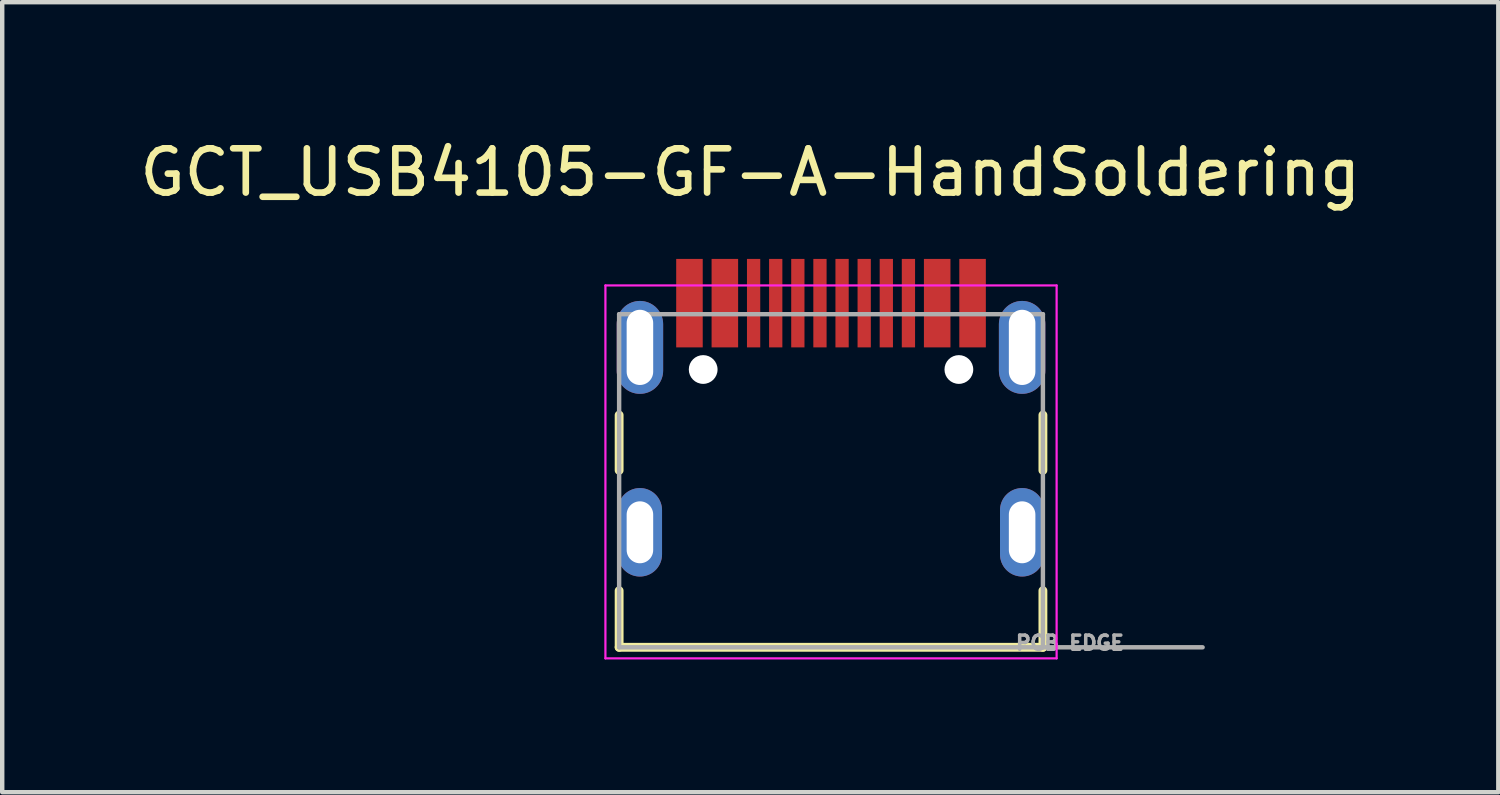
<source format=kicad_pcb>
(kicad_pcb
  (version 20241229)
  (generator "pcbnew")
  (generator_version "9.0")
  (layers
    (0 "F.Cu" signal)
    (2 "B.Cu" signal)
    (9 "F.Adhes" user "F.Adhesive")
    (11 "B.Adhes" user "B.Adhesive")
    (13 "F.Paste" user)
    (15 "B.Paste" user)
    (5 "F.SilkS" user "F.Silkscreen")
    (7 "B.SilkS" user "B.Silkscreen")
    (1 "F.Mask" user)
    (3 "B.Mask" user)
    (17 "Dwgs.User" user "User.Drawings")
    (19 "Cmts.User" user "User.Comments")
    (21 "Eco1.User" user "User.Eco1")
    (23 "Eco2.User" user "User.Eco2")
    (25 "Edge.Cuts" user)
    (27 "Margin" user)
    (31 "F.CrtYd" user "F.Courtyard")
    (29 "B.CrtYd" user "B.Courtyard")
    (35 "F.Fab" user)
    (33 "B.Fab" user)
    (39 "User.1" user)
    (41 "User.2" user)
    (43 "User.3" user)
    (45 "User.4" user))
  (footprint "GCT_USB4105-GF-A-HandSoldering"
    (layer "F.Cu")
    (at 15.736 8.983)
    (property "Reference" "GCT_USB4105-GF-A-HandSoldering" (at -1.825 -8.135 0) (layer "F.SilkS") (effects (font (size 1 1) (thickness 0.15))))
    (attr through_hole)
    (fp_line (start -4.79 -2.65) (end -4.79 -1.4) (stroke (width 0.2) (type solid)) (layer "F.SilkS"))
    (fp_line (start -4.79 1.32) (end -4.79 2.6) (stroke (width 0.2) (type solid)) (layer "F.SilkS"))
    (fp_line (start -4.79 2.6) (end 4.79 2.6) (stroke (width 0.2) (type solid)) (layer "F.SilkS"))
    (fp_line (start 4.79 -2.65) (end 4.79 -1.4) (stroke (width 0.2) (type solid)) (layer "F.SilkS"))
    (fp_line (start 4.79 2.6) (end 4.79 1.32) (stroke (width 0.2) (type solid)) (layer "F.SilkS"))
    (fp_line (start -5.1 -5.58) (end -5.1 2.85) (stroke (width 0.05) (type solid)) (layer "F.CrtYd"))
    (fp_line (start -5.1 2.85) (end 5.1 2.85) (stroke (width 0.05) (type solid)) (layer "F.CrtYd"))
    (fp_line (start 5.1 -5.58) (end -5.1 -5.58) (stroke (width 0.05) (type solid)) (layer "F.CrtYd"))
    (fp_line (start 5.1 2.85) (end 5.1 -5.58) (stroke (width 0.05) (type solid)) (layer "F.CrtYd"))
    (fp_line (start -4.79 -4.93) (end 4.79 -4.93) (stroke (width 0.1) (type solid)) (layer "F.Fab"))
    (fp_line (start -4.79 2.6) (end -4.79 -4.93) (stroke (width 0.1) (type solid)) (layer "F.Fab"))
    (fp_line (start 4.79 -4.93) (end 4.79 2.6) (stroke (width 0.1) (type solid)) (layer "F.Fab"))
    (fp_line (start 4.79 2.6) (end -4.79 2.6) (stroke (width 0.1) (type solid)) (layer "F.Fab"))
    (fp_line (start 4.8 2.6) (end 8.4 2.6) (stroke (width 0.1) (type solid)) (layer "F.Fab"))
    (fp_text user "PCB EDGE" (at 5.4 2.5 0) (layer "F.Fab") (effects (font (size 0.32 0.32) (thickness 0.15))))
    (pad "" np_thru_hole circle (at -2.89 -3.68) (size 0.65 0.65) (drill 0.65) (layers "*.Cu" "*.Mask"))
    (pad "" np_thru_hole circle (at 2.89 -3.68) (size 0.65 0.65) (drill 0.65) (layers "*.Cu" "*.Mask"))
    (pad "A1_B12" smd rect (at -3.2 -5.18) (size 0.6 2) (layers "F.Cu" "F.Mask" "F.Paste"))
    (pad "A4_B9" smd rect (at -2.4 -5.18) (size 0.6 2) (layers "F.Cu" "F.Mask" "F.Paste"))
    (pad "A5" smd rect (at -1.25 -5.18) (size 0.3 2) (layers "F.Cu" "F.Mask" "F.Paste"))
    (pad "A6" smd rect (at -0.25 -5.18) (size 0.3 2) (layers "F.Cu" "F.Mask" "F.Paste"))
    (pad "A7" smd rect (at 0.25 -5.18) (size 0.3 2) (layers "F.Cu" "F.Mask" "F.Paste"))
    (pad "A8" smd rect (at 1.25 -5.18) (size 0.3 2) (layers "F.Cu" "F.Mask" "F.Paste"))
    (pad "B1_A12" smd rect (at 3.2 -5.18) (size 0.6 2) (layers "F.Cu" "F.Mask" "F.Paste"))
    (pad "B4_A9" smd rect (at 2.4 -5.18) (size 0.6 2) (layers "F.Cu" "F.Mask" "F.Paste"))
    (pad "B5" smd rect (at 1.75 -5.18) (size 0.3 2) (layers "F.Cu" "F.Mask" "F.Paste"))
    (pad "B6" smd rect (at 0.75 -5.18) (size 0.3 2) (layers "F.Cu" "F.Mask" "F.Paste"))
    (pad "B7" smd rect (at -0.75 -5.18) (size 0.3 2) (layers "F.Cu" "F.Mask" "F.Paste"))
    (pad "B8" smd rect (at -1.75 -5.18) (size 0.3 2) (layers "F.Cu" "F.Mask" "F.Paste"))
    (pad "S1" thru_hole oval (at -4.32 -4.18) (size 1.05 2.1) (drill oval 0.6 1.7) (layers "*.Cu" "*.Mask"))
    (pad "S2" thru_hole oval (at -4.32 0) (size 1 2) (drill oval 0.6 1.4) (layers "*.Cu" "*.Mask"))
    (pad "S3" thru_hole oval (at 4.32 0) (size 1 2) (drill oval 0.6 1.4) (layers "*.Cu" "*.Mask"))
    (pad "S4" thru_hole oval (at 4.32 -4.18) (size 1.05 2.1) (drill oval 0.6 1.7) (layers "*.Cu" "*.Mask")))
  (gr_rect
    (start -3 -3)
    (end 30.821 14.858)
    (stroke (width 0.1) (type default))
    (fill no)
    (layer "Edge.Cuts")))
</source>
